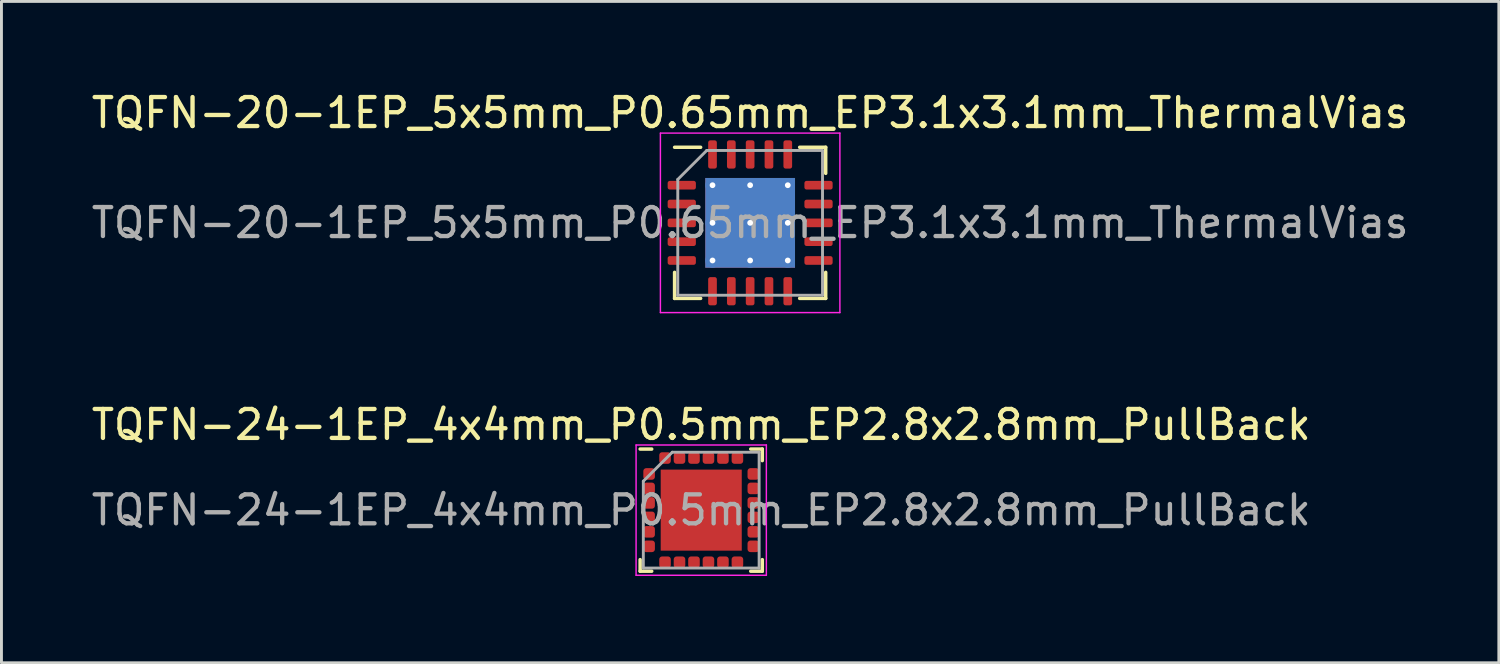
<source format=kicad_pcb>
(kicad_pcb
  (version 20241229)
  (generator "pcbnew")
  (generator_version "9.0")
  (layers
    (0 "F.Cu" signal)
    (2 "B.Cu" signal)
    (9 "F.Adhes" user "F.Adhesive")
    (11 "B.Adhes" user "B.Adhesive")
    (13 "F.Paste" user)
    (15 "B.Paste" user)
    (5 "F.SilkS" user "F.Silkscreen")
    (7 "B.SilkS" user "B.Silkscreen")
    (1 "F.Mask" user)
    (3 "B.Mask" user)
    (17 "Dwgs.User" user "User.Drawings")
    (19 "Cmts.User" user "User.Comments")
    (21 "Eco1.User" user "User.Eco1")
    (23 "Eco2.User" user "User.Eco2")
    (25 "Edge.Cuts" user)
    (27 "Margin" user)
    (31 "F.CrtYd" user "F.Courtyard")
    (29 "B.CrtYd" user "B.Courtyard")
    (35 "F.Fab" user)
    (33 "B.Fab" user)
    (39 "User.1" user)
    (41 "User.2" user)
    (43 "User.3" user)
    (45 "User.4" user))
  (footprint "TQFN-24-1EP_4x4mm_P0.5mm_EP2.8x2.8mm_PullBack"
    (layer "F.Cu")
    (at 21.173 14.572)
    (property "Reference" "TQFN-24-1EP_4x4mm_P0.5mm_EP2.8x2.8mm_PullBack" (at 0 -2.95 0) (layer "F.SilkS") (effects (font (size 1 1) (thickness 0.15))))
    (attr smd)
    (fp_line (start -2.11 2.11) (end -2.11 1.71) (stroke (width 0.12) (type solid)) (layer "F.SilkS"))
    (fp_line (start -1.71 -2.11) (end -2.11 -2.11) (stroke (width 0.12) (type solid)) (layer "F.SilkS"))
    (fp_line (start -1.71 2.11) (end -2.11 2.11) (stroke (width 0.12) (type solid)) (layer "F.SilkS"))
    (fp_line (start 1.71 -2.11) (end 2.11 -2.11) (stroke (width 0.12) (type solid)) (layer "F.SilkS"))
    (fp_line (start 1.71 2.11) (end 2.11 2.11) (stroke (width 0.12) (type solid)) (layer "F.SilkS"))
    (fp_line (start 2.11 -2.11) (end 2.11 -1.71) (stroke (width 0.12) (type solid)) (layer "F.SilkS"))
    (fp_line (start 2.11 2.11) (end 2.11 1.71) (stroke (width 0.12) (type solid)) (layer "F.SilkS"))
    (fp_line (start -2.25 -2.25) (end -2.25 2.25) (stroke (width 0.05) (type solid)) (layer "F.CrtYd"))
    (fp_line (start -2.25 2.25) (end 2.25 2.25) (stroke (width 0.05) (type solid)) (layer "F.CrtYd"))
    (fp_line (start 2.25 -2.25) (end -2.25 -2.25) (stroke (width 0.05) (type solid)) (layer "F.CrtYd"))
    (fp_line (start 2.25 2.25) (end 2.25 -2.25) (stroke (width 0.05) (type solid)) (layer "F.CrtYd"))
    (fp_line (start -2 -1) (end -1 -2) (stroke (width 0.1) (type solid)) (layer "F.Fab"))
    (fp_line (start -2 2) (end -2 -1) (stroke (width 0.1) (type solid)) (layer "F.Fab"))
    (fp_line (start -1 -2) (end 2 -2) (stroke (width 0.1) (type solid)) (layer "F.Fab"))
    (fp_line (start 2 -2) (end 2 2) (stroke (width 0.1) (type solid)) (layer "F.Fab"))
    (fp_line (start 2 2) (end -2 2) (stroke (width 0.1) (type solid)) (layer "F.Fab"))
    (fp_text user "${REFERENCE}" (at 0 0 0) (layer "F.Fab") (effects (font (size 1 1) (thickness 0.15))))
    (pad "" smd roundrect (at -0.7 -0.7) (size 1.13 1.13) (layers "F.Paste") (roundrect_rratio 0.221))
    (pad "" smd roundrect (at -0.7 0.7) (size 1.13 1.13) (layers "F.Paste") (roundrect_rratio 0.221))
    (pad "" smd roundrect (at 0.7 -0.7) (size 1.13 1.13) (layers "F.Paste") (roundrect_rratio 0.221))
    (pad "" smd roundrect (at 0.7 0.7) (size 1.13 1.13) (layers "F.Paste") (roundrect_rratio 0.221))
    (pad "1" smd roundrect (at -1.8 -1.25) (size 0.4 0.4) (layers "F.Cu" "F.Mask" "F.Paste") (roundrect_rratio 0.25))
    (pad "2" smd roundrect (at -1.8 -0.75) (size 0.4 0.4) (layers "F.Cu" "F.Mask" "F.Paste") (roundrect_rratio 0.25))
    (pad "3" smd roundrect (at -1.8 -0.25) (size 0.4 0.4) (layers "F.Cu" "F.Mask" "F.Paste") (roundrect_rratio 0.25))
    (pad "4" smd roundrect (at -1.8 0.25) (size 0.4 0.4) (layers "F.Cu" "F.Mask" "F.Paste") (roundrect_rratio 0.25))
    (pad "5" smd roundrect (at -1.8 0.75) (size 0.4 0.4) (layers "F.Cu" "F.Mask" "F.Paste") (roundrect_rratio 0.25))
    (pad "6" smd roundrect (at -1.8 1.25) (size 0.4 0.4) (layers "F.Cu" "F.Mask" "F.Paste") (roundrect_rratio 0.25))
    (pad "7" smd roundrect (at -1.25 1.8) (size 0.4 0.4) (layers "F.Cu" "F.Mask" "F.Paste") (roundrect_rratio 0.25))
    (pad "8" smd roundrect (at -0.75 1.8) (size 0.4 0.4) (layers "F.Cu" "F.Mask" "F.Paste") (roundrect_rratio 0.25))
    (pad "9" smd roundrect (at -0.25 1.8) (size 0.4 0.4) (layers "F.Cu" "F.Mask" "F.Paste") (roundrect_rratio 0.25))
    (pad "10" smd roundrect (at 0.25 1.8) (size 0.4 0.4) (layers "F.Cu" "F.Mask" "F.Paste") (roundrect_rratio 0.25))
    (pad "11" smd roundrect (at 0.75 1.8) (size 0.4 0.4) (layers "F.Cu" "F.Mask" "F.Paste") (roundrect_rratio 0.25))
    (pad "12" smd roundrect (at 1.25 1.8) (size 0.4 0.4) (layers "F.Cu" "F.Mask" "F.Paste") (roundrect_rratio 0.25))
    (pad "13" smd roundrect (at 1.8 1.25) (size 0.4 0.4) (layers "F.Cu" "F.Mask" "F.Paste") (roundrect_rratio 0.25))
    (pad "14" smd roundrect (at 1.8 0.75) (size 0.4 0.4) (layers "F.Cu" "F.Mask" "F.Paste") (roundrect_rratio 0.25))
    (pad "15" smd roundrect (at 1.8 0.25) (size 0.4 0.4) (layers "F.Cu" "F.Mask" "F.Paste") (roundrect_rratio 0.25))
    (pad "16" smd roundrect (at 1.8 -0.25) (size 0.4 0.4) (layers "F.Cu" "F.Mask" "F.Paste") (roundrect_rratio 0.25))
    (pad "17" smd roundrect (at 1.8 -0.75) (size 0.4 0.4) (layers "F.Cu" "F.Mask" "F.Paste") (roundrect_rratio 0.25))
    (pad "18" smd roundrect (at 1.8 -1.25) (size 0.4 0.4) (layers "F.Cu" "F.Mask" "F.Paste") (roundrect_rratio 0.25))
    (pad "19" smd roundrect (at 1.25 -1.8) (size 0.4 0.4) (layers "F.Cu" "F.Mask" "F.Paste") (roundrect_rratio 0.25))
    (pad "20" smd roundrect (at 0.75 -1.8) (size 0.4 0.4) (layers "F.Cu" "F.Mask" "F.Paste") (roundrect_rratio 0.25))
    (pad "21" smd roundrect (at 0.25 -1.8) (size 0.4 0.4) (layers "F.Cu" "F.Mask" "F.Paste") (roundrect_rratio 0.25))
    (pad "22" smd roundrect (at -0.25 -1.8) (size 0.4 0.4) (layers "F.Cu" "F.Mask" "F.Paste") (roundrect_rratio 0.25))
    (pad "23" smd roundrect (at -0.75 -1.8) (size 0.4 0.4) (layers "F.Cu" "F.Mask" "F.Paste") (roundrect_rratio 0.25))
    (pad "24" smd roundrect (at -1.25 -1.8) (size 0.4 0.4) (layers "F.Cu" "F.Mask" "F.Paste") (roundrect_rratio 0.25))
    (pad "25" smd rect (at 0 0) (size 2.8 2.8) (layers "F.Cu" "F.Mask")))
  (footprint "TQFN-20-1EP_5x5mm_P0.65mm_EP3.1x3.1mm_ThermalVias"
    (layer "F.Cu")
    (at 22.863 4.648)
    (property "Reference" "TQFN-20-1EP_5x5mm_P0.65mm_EP3.1x3.1mm_ThermalVias" (at 0 -3.8 0) (layer "F.SilkS") (effects (font (size 1 1) (thickness 0.15))))
    (attr smd)
    (fp_line (start -2.61 2.61) (end -2.61 1.71) (stroke (width 0.12) (type solid)) (layer "F.SilkS"))
    (fp_line (start -1.71 -2.61) (end -2.61 -2.61) (stroke (width 0.12) (type solid)) (layer "F.SilkS"))
    (fp_line (start -1.71 2.61) (end -2.61 2.61) (stroke (width 0.12) (type solid)) (layer "F.SilkS"))
    (fp_line (start 1.71 -2.61) (end 2.61 -2.61) (stroke (width 0.12) (type solid)) (layer "F.SilkS"))
    (fp_line (start 1.71 2.61) (end 2.61 2.61) (stroke (width 0.12) (type solid)) (layer "F.SilkS"))
    (fp_line (start 2.61 -2.61) (end 2.61 -1.71) (stroke (width 0.12) (type solid)) (layer "F.SilkS"))
    (fp_line (start 2.61 2.61) (end 2.61 1.71) (stroke (width 0.12) (type solid)) (layer "F.SilkS"))
    (fp_line (start -3.1 -3.1) (end -3.1 3.1) (stroke (width 0.05) (type solid)) (layer "F.CrtYd"))
    (fp_line (start -3.1 3.1) (end 3.1 3.1) (stroke (width 0.05) (type solid)) (layer "F.CrtYd"))
    (fp_line (start 3.1 -3.1) (end -3.1 -3.1) (stroke (width 0.05) (type solid)) (layer "F.CrtYd"))
    (fp_line (start 3.1 3.1) (end 3.1 -3.1) (stroke (width 0.05) (type solid)) (layer "F.CrtYd"))
    (fp_line (start -2.5 -1.5) (end -1.5 -2.5) (stroke (width 0.1) (type solid)) (layer "F.Fab"))
    (fp_line (start -2.5 2.5) (end -2.5 -1.5) (stroke (width 0.1) (type solid)) (layer "F.Fab"))
    (fp_line (start -1.5 -2.5) (end 2.5 -2.5) (stroke (width 0.1) (type solid)) (layer "F.Fab"))
    (fp_line (start 2.5 -2.5) (end 2.5 2.5) (stroke (width 0.1) (type solid)) (layer "F.Fab"))
    (fp_line (start 2.5 2.5) (end -2.5 2.5) (stroke (width 0.1) (type solid)) (layer "F.Fab"))
    (fp_text user "${REFERENCE}" (at 0 0 0) (layer "F.Fab") (effects (font (size 1 1) (thickness 0.15))))
    (pad "" smd roundrect (at -0.775 -0.775) (size 1.34 1.34) (layers "F.Paste") (roundrect_rratio 0.187))
    (pad "" smd roundrect (at -0.775 0.775) (size 1.34 1.34) (layers "F.Paste") (roundrect_rratio 0.187))
    (pad "" smd roundrect (at 0.775 -0.775) (size 1.34 1.34) (layers "F.Paste") (roundrect_rratio 0.187))
    (pad "" smd roundrect (at 0.775 0.775) (size 1.34 1.34) (layers "F.Paste") (roundrect_rratio 0.187))
    (pad "1" smd roundrect (at -2.362 -1.3) (size 0.975 0.3) (layers "F.Cu" "F.Mask" "F.Paste") (roundrect_rratio 0.25))
    (pad "2" smd roundrect (at -2.362 -0.65) (size 0.975 0.3) (layers "F.Cu" "F.Mask" "F.Paste") (roundrect_rratio 0.25))
    (pad "3" smd roundrect (at -2.362 0) (size 0.975 0.3) (layers "F.Cu" "F.Mask" "F.Paste") (roundrect_rratio 0.25))
    (pad "4" smd roundrect (at -2.362 0.65) (size 0.975 0.3) (layers "F.Cu" "F.Mask" "F.Paste") (roundrect_rratio 0.25))
    (pad "5" smd roundrect (at -2.362 1.3) (size 0.975 0.3) (layers "F.Cu" "F.Mask" "F.Paste") (roundrect_rratio 0.25))
    (pad "6" smd roundrect (at -1.3 2.362) (size 0.3 0.975) (layers "F.Cu" "F.Mask" "F.Paste") (roundrect_rratio 0.25))
    (pad "7" smd roundrect (at -0.65 2.362) (size 0.3 0.975) (layers "F.Cu" "F.Mask" "F.Paste") (roundrect_rratio 0.25))
    (pad "8" smd roundrect (at 0 2.362) (size 0.3 0.975) (layers "F.Cu" "F.Mask" "F.Paste") (roundrect_rratio 0.25))
    (pad "9" smd roundrect (at 0.65 2.362) (size 0.3 0.975) (layers "F.Cu" "F.Mask" "F.Paste") (roundrect_rratio 0.25))
    (pad "10" smd roundrect (at 1.3 2.362) (size 0.3 0.975) (layers "F.Cu" "F.Mask" "F.Paste") (roundrect_rratio 0.25))
    (pad "11" smd roundrect (at 2.362 1.3) (size 0.975 0.3) (layers "F.Cu" "F.Mask" "F.Paste") (roundrect_rratio 0.25))
    (pad "12" smd roundrect (at 2.362 0.65) (size 0.975 0.3) (layers "F.Cu" "F.Mask" "F.Paste") (roundrect_rratio 0.25))
    (pad "13" smd roundrect (at 2.362 0) (size 0.975 0.3) (layers "F.Cu" "F.Mask" "F.Paste") (roundrect_rratio 0.25))
    (pad "14" smd roundrect (at 2.362 -0.65) (size 0.975 0.3) (layers "F.Cu" "F.Mask" "F.Paste") (roundrect_rratio 0.25))
    (pad "15" smd roundrect (at 2.362 -1.3) (size 0.975 0.3) (layers "F.Cu" "F.Mask" "F.Paste") (roundrect_rratio 0.25))
    (pad "16" smd roundrect (at 1.3 -2.362) (size 0.3 0.975) (layers "F.Cu" "F.Mask" "F.Paste") (roundrect_rratio 0.25))
    (pad "17" smd roundrect (at 0.65 -2.362) (size 0.3 0.975) (layers "F.Cu" "F.Mask" "F.Paste") (roundrect_rratio 0.25))
    (pad "18" smd roundrect (at 0 -2.362) (size 0.3 0.975) (layers "F.Cu" "F.Mask" "F.Paste") (roundrect_rratio 0.25))
    (pad "19" smd roundrect (at -0.65 -2.362) (size 0.3 0.975) (layers "F.Cu" "F.Mask" "F.Paste") (roundrect_rratio 0.25))
    (pad "20" smd roundrect (at -1.3 -2.362) (size 0.3 0.975) (layers "F.Cu" "F.Mask" "F.Paste") (roundrect_rratio 0.25))
    (pad "21" thru_hole circle (at -1.3 -1.3) (size 0.5 0.5) (drill 0.2) (layers "*.Cu"))
    (pad "21" thru_hole circle (at -1.3 0) (size 0.5 0.5) (drill 0.2) (layers "*.Cu"))
    (pad "21" thru_hole circle (at -1.3 1.3) (size 0.5 0.5) (drill 0.2) (layers "*.Cu"))
    (pad "21" thru_hole circle (at 0 -1.3) (size 0.5 0.5) (drill 0.2) (layers "*.Cu"))
    (pad "21" thru_hole circle (at 0 0) (size 0.5 0.5) (drill 0.2) (layers "*.Cu"))
    (pad "21" smd rect (at 0 0) (size 3.1 3.1) (layers "F.Cu" "F.Mask"))
    (pad "21" smd rect (at 0 0) (size 3.1 3.1) (layers "B.Cu"))
    (pad "21" thru_hole circle (at 0 1.3) (size 0.5 0.5) (drill 0.2) (layers "*.Cu"))
    (pad "21" thru_hole circle (at 1.3 -1.3) (size 0.5 0.5) (drill 0.2) (layers "*.Cu"))
    (pad "21" thru_hole circle (at 1.3 0) (size 0.5 0.5) (drill 0.2) (layers "*.Cu"))
    (pad "21" thru_hole circle (at 1.3 1.3) (size 0.5 0.5) (drill 0.2) (layers "*.Cu")))
  (gr_rect
    (start -3 -3)
    (end 48.726 19.846)
    (stroke (width 0.1) (type default))
    (fill no)
    (layer "Edge.Cuts")))
</source>
